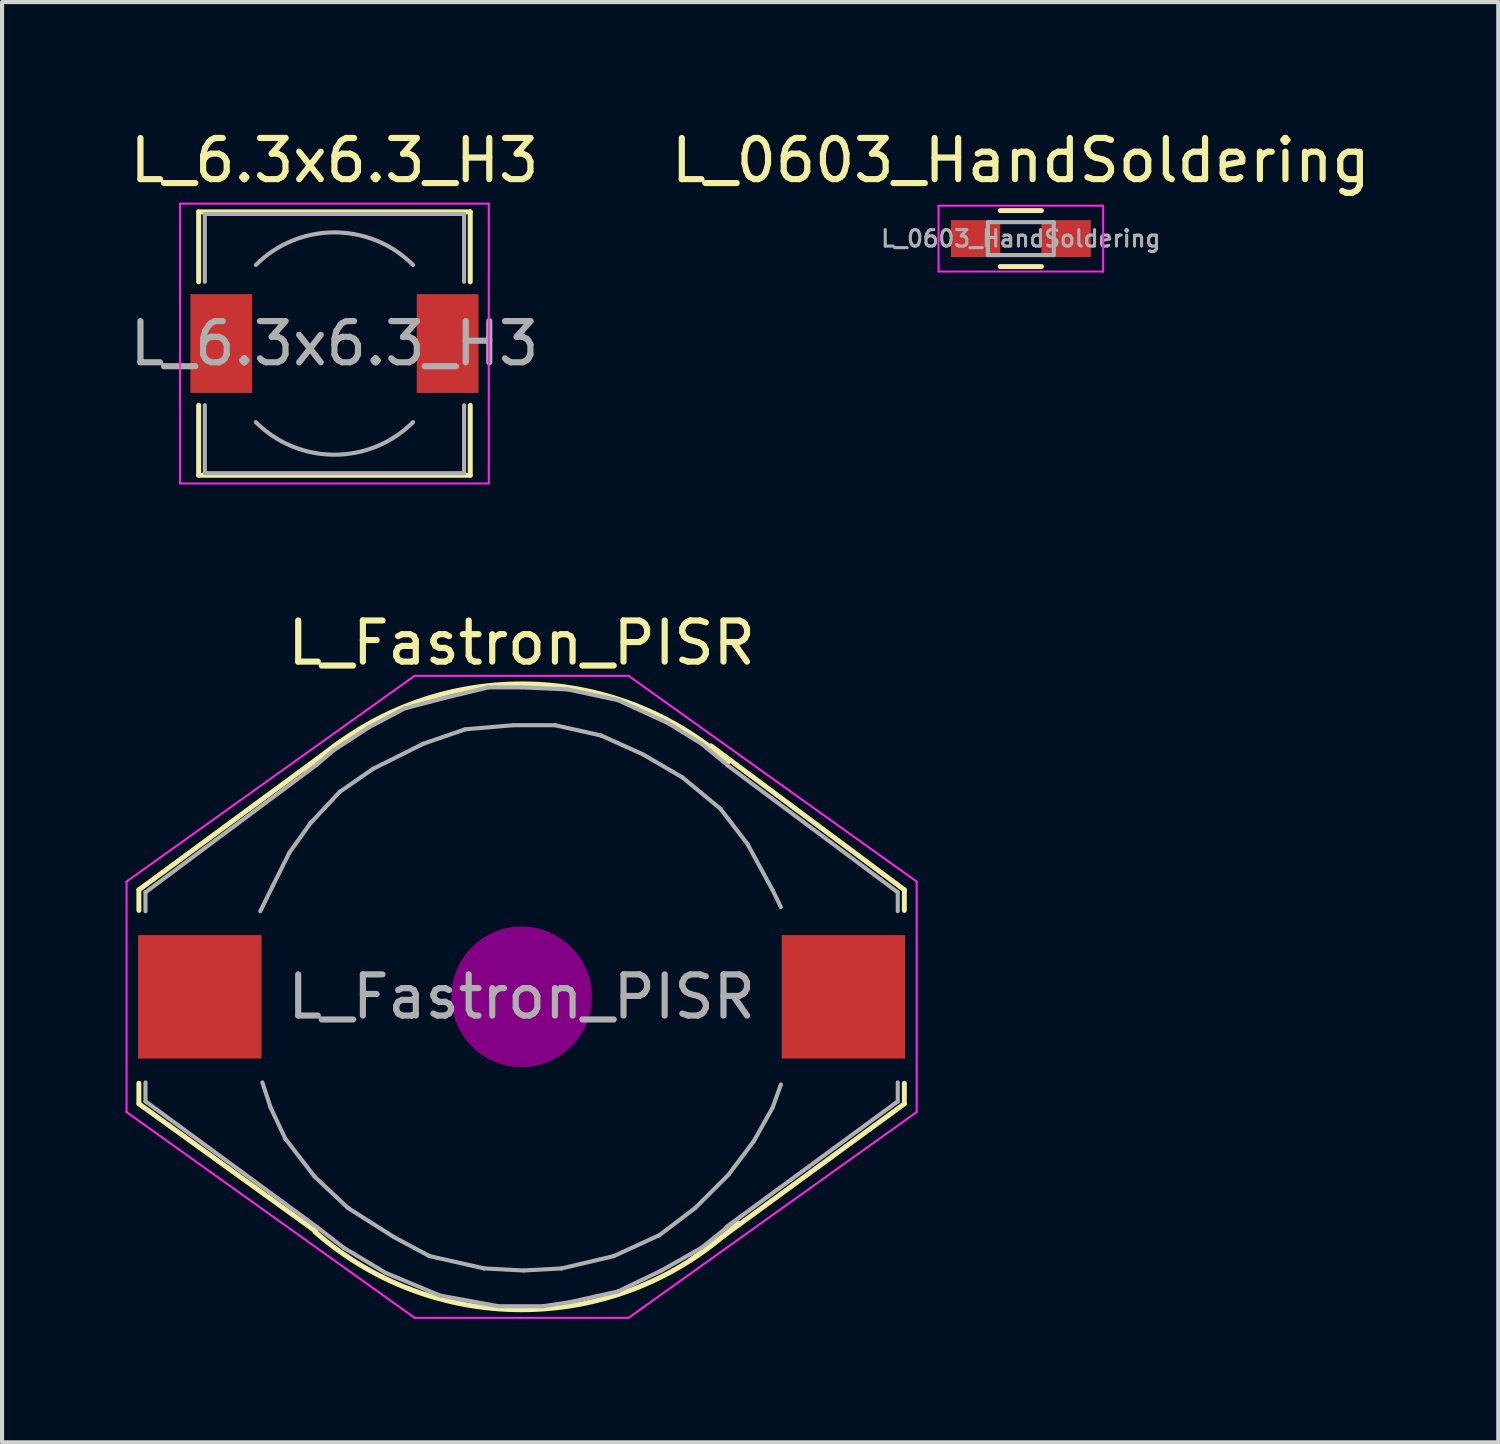
<source format=kicad_pcb>
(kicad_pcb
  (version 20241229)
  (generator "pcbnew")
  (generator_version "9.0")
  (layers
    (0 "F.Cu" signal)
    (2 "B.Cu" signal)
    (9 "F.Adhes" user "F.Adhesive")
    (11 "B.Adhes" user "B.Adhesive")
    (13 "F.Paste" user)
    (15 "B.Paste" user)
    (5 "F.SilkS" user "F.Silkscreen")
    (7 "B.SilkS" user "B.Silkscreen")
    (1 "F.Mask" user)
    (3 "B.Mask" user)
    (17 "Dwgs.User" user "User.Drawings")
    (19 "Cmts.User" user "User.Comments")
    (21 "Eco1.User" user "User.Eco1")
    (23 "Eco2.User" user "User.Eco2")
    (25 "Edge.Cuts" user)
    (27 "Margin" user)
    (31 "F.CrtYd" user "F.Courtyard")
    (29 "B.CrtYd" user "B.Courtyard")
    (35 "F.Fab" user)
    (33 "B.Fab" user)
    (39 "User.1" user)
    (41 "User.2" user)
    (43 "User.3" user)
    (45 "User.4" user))
  (footprint "L_Fastron_PISR"
    (layer "F.Cu")
    (at 9.625 21.172)
    (property "Reference" "L_Fastron_PISR" (at 0 -8.6 0) (layer "F.SilkS") (effects (font (size 1 1) (thickness 0.15))))
    (attr smd)
    (fp_line (start -9.3 -2.6) (end -9.3 -2.1) (stroke (width 0.12) (type solid)) (layer "F.SilkS"))
    (fp_line (start -9.3 -2.6) (end -4.4 -6.2) (stroke (width 0.12) (type solid)) (layer "F.SilkS"))
    (fp_line (start -9.3 2.6) (end -9.3 2.1) (stroke (width 0.12) (type solid)) (layer "F.SilkS"))
    (fp_line (start -5 5.7) (end -9.3 2.6) (stroke (width 0.12) (type solid)) (layer "F.SilkS"))
    (fp_line (start 4.1 6.4) (end 9.3 2.6) (stroke (width 0.12) (type solid)) (layer "F.SilkS"))
    (fp_line (start 4.6 -6.1) (end 9.3 -2.6) (stroke (width 0.12) (type solid)) (layer "F.SilkS"))
    (fp_line (start 9.3 -2.6) (end 9.3 -2.1) (stroke (width 0.12) (type solid)) (layer "F.SilkS"))
    (fp_line (start 9.3 2.6) (end 9.3 2.1) (stroke (width 0.12) (type solid)) (layer "F.SilkS"))
    (fp_arc (start -5.25 -5.5) (mid -0.15496 -7.601874) (end 5.021503 -5.709379) (stroke (width 0.12) (type solid)) (layer "F.SilkS"))
    (fp_arc (start 5.25 5.5) (mid 0.15496 7.601874) (end -5.021503 5.709379) (stroke (width 0.12) (type solid)) (layer "F.SilkS"))
    (fp_line (start 0 -0.25) (end 0 0.25) (stroke (width 0.38) (type solid)) (layer "F.Adhes"))
    (fp_circle (center 0 0) (end 0 0.25) (stroke (width 0.38) (type solid)) (fill no) (layer "F.Adhes"))
    (fp_circle (center 0 0) (end 0 0.51) (stroke (width 0.38) (type solid)) (fill no) (layer "F.Adhes"))
    (fp_circle (center 0 0) (end 0 0.76) (stroke (width 0.38) (type solid)) (fill no) (layer "F.Adhes"))
    (fp_circle (center 0 0) (end 0 1.02) (stroke (width 0.38) (type solid)) (fill no) (layer "F.Adhes"))
    (fp_circle (center 0 0) (end 0 1.27) (stroke (width 0.38) (type solid)) (fill no) (layer "F.Adhes"))
    (fp_circle (center 0 0) (end 0 1.52) (stroke (width 0.38) (type solid)) (fill no) (layer "F.Adhes"))
    (fp_line (start -9.6 -2.8) (end -2.6 -7.8) (stroke (width 0.05) (type solid)) (layer "F.CrtYd"))
    (fp_line (start -9.6 2.8) (end -9.6 -2.8) (stroke (width 0.05) (type solid)) (layer "F.CrtYd"))
    (fp_line (start -2.6 -7.8) (end 2.6 -7.8) (stroke (width 0.05) (type solid)) (layer "F.CrtYd"))
    (fp_line (start -2.6 7.8) (end -9.6 2.8) (stroke (width 0.05) (type solid)) (layer "F.CrtYd"))
    (fp_line (start 2.6 -7.8) (end 9.6 -2.8) (stroke (width 0.05) (type solid)) (layer "F.CrtYd"))
    (fp_line (start 2.6 7.8) (end -2.6 7.8) (stroke (width 0.05) (type solid)) (layer "F.CrtYd"))
    (fp_line (start 9.6 -2.8) (end 9.6 2.8) (stroke (width 0.05) (type solid)) (layer "F.CrtYd"))
    (fp_line (start 9.6 2.8) (end 2.6 7.8) (stroke (width 0.05) (type solid)) (layer "F.CrtYd"))
    (fp_line (start -9.14 -2.54) (end -4.98 -5.64) (stroke (width 0.1) (type solid)) (layer "F.Fab"))
    (fp_line (start -9.14 -2.08) (end -9.14 -2.54) (stroke (width 0.1) (type solid)) (layer "F.Fab"))
    (fp_line (start -9.14 2.08) (end -9.14 2.54) (stroke (width 0.1) (type solid)) (layer "F.Fab"))
    (fp_line (start -9.14 2.54) (end -4.98 5.59) (stroke (width 0.1) (type solid)) (layer "F.Fab"))
    (fp_line (start -6.35 -2.08) (end -6.05 -2.69) (stroke (width 0.1) (type solid)) (layer "F.Fab"))
    (fp_line (start -6.3 2.08) (end -6.1 2.69) (stroke (width 0.1) (type solid)) (layer "F.Fab"))
    (fp_line (start -6.1 2.69) (end -5.74 3.45) (stroke (width 0.1) (type solid)) (layer "F.Fab"))
    (fp_line (start -6.05 -2.69) (end -5.64 -3.51) (stroke (width 0.1) (type solid)) (layer "F.Fab"))
    (fp_line (start -5.74 3.45) (end -5.03 4.37) (stroke (width 0.1) (type solid)) (layer "F.Fab"))
    (fp_line (start -5.64 -3.51) (end -5.13 -4.22) (stroke (width 0.1) (type solid)) (layer "F.Fab"))
    (fp_line (start -5.13 -4.22) (end -4.42 -4.98) (stroke (width 0.1) (type solid)) (layer "F.Fab"))
    (fp_line (start -5.03 4.37) (end -4.22 5.13) (stroke (width 0.1) (type solid)) (layer "F.Fab"))
    (fp_line (start -4.98 -5.64) (end -4.57 -5.99) (stroke (width 0.1) (type solid)) (layer "F.Fab"))
    (fp_line (start -4.98 5.59) (end -4.32 6.1) (stroke (width 0.1) (type solid)) (layer "F.Fab"))
    (fp_line (start -4.57 -5.99) (end -3.71 -6.55) (stroke (width 0.1) (type solid)) (layer "F.Fab"))
    (fp_line (start -4.42 -4.98) (end -3.61 -5.54) (stroke (width 0.1) (type solid)) (layer "F.Fab"))
    (fp_line (start -4.32 6.1) (end -3.3 6.71) (stroke (width 0.1) (type solid)) (layer "F.Fab"))
    (fp_line (start -4.22 5.13) (end -3.1 5.84) (stroke (width 0.1) (type solid)) (layer "F.Fab"))
    (fp_line (start -3.71 -6.55) (end -2.84 -7.01) (stroke (width 0.1) (type solid)) (layer "F.Fab"))
    (fp_line (start -3.61 -5.54) (end -2.39 -6.15) (stroke (width 0.1) (type solid)) (layer "F.Fab"))
    (fp_line (start -3.3 6.71) (end -1.98 7.26) (stroke (width 0.1) (type solid)) (layer "F.Fab"))
    (fp_line (start -3.1 5.84) (end -2.24 6.3) (stroke (width 0.1) (type solid)) (layer "F.Fab"))
    (fp_line (start -2.84 -7.01) (end -1.88 -7.26) (stroke (width 0.1) (type solid)) (layer "F.Fab"))
    (fp_line (start -2.39 -6.15) (end -1.37 -6.5) (stroke (width 0.1) (type solid)) (layer "F.Fab"))
    (fp_line (start -2.24 6.3) (end -0.91 6.6) (stroke (width 0.1) (type solid)) (layer "F.Fab"))
    (fp_line (start -1.98 7.26) (end -0.56 7.52) (stroke (width 0.1) (type solid)) (layer "F.Fab"))
    (fp_line (start -1.88 -7.26) (end -0.81 -7.52) (stroke (width 0.1) (type solid)) (layer "F.Fab"))
    (fp_line (start -1.37 -6.5) (end -0.2 -6.6) (stroke (width 0.1) (type solid)) (layer "F.Fab"))
    (fp_line (start -0.91 6.6) (end 0.05 6.65) (stroke (width 0.1) (type solid)) (layer "F.Fab"))
    (fp_line (start -0.81 -7.52) (end 0 -7.52) (stroke (width 0.1) (type solid)) (layer "F.Fab"))
    (fp_line (start -0.56 7.52) (end 0.51 7.52) (stroke (width 0.1) (type solid)) (layer "F.Fab"))
    (fp_line (start -0.2 -6.6) (end 0.81 -6.6) (stroke (width 0.1) (type solid)) (layer "F.Fab"))
    (fp_line (start 0 -7.52) (end 1.12 -7.47) (stroke (width 0.1) (type solid)) (layer "F.Fab"))
    (fp_line (start 0.05 6.65) (end 0.97 6.6) (stroke (width 0.1) (type solid)) (layer "F.Fab"))
    (fp_line (start 0.51 7.52) (end 1.17 7.42) (stroke (width 0.1) (type solid)) (layer "F.Fab"))
    (fp_line (start 0.81 -6.6) (end 1.93 -6.35) (stroke (width 0.1) (type solid)) (layer "F.Fab"))
    (fp_line (start 0.97 6.6) (end 2.24 6.3) (stroke (width 0.1) (type solid)) (layer "F.Fab"))
    (fp_line (start 1.12 -7.47) (end 2.34 -7.21) (stroke (width 0.1) (type solid)) (layer "F.Fab"))
    (fp_line (start 1.17 7.42) (end 2.34 7.16) (stroke (width 0.1) (type solid)) (layer "F.Fab"))
    (fp_line (start 1.93 -6.35) (end 2.95 -5.89) (stroke (width 0.1) (type solid)) (layer "F.Fab"))
    (fp_line (start 2.24 6.3) (end 3.35 5.79) (stroke (width 0.1) (type solid)) (layer "F.Fab"))
    (fp_line (start 2.34 -7.21) (end 3.56 -6.65) (stroke (width 0.1) (type solid)) (layer "F.Fab"))
    (fp_line (start 2.34 7.16) (end 3.4 6.65) (stroke (width 0.1) (type solid)) (layer "F.Fab"))
    (fp_line (start 2.95 -5.89) (end 3.91 -5.33) (stroke (width 0.1) (type solid)) (layer "F.Fab"))
    (fp_line (start 3.35 5.79) (end 4.22 5.13) (stroke (width 0.1) (type solid)) (layer "F.Fab"))
    (fp_line (start 3.4 6.65) (end 4.37 6.1) (stroke (width 0.1) (type solid)) (layer "F.Fab"))
    (fp_line (start 3.56 -6.65) (end 4.37 -6.15) (stroke (width 0.1) (type solid)) (layer "F.Fab"))
    (fp_line (start 3.91 -5.33) (end 4.83 -4.57) (stroke (width 0.1) (type solid)) (layer "F.Fab"))
    (fp_line (start 4.22 5.13) (end 5.03 4.32) (stroke (width 0.1) (type solid)) (layer "F.Fab"))
    (fp_line (start 4.37 -6.15) (end 4.93 -5.69) (stroke (width 0.1) (type solid)) (layer "F.Fab"))
    (fp_line (start 4.37 6.1) (end 5.13 5.49) (stroke (width 0.1) (type solid)) (layer "F.Fab"))
    (fp_line (start 4.83 -4.57) (end 5.49 -3.71) (stroke (width 0.1) (type solid)) (layer "F.Fab"))
    (fp_line (start 5.03 4.32) (end 5.64 3.51) (stroke (width 0.1) (type solid)) (layer "F.Fab"))
    (fp_line (start 5.49 -3.71) (end 6.1 -2.59) (stroke (width 0.1) (type solid)) (layer "F.Fab"))
    (fp_line (start 5.64 3.51) (end 6.1 2.69) (stroke (width 0.1) (type solid)) (layer "F.Fab"))
    (fp_line (start 6.1 -2.59) (end 6.3 -2.18) (stroke (width 0.1) (type solid)) (layer "F.Fab"))
    (fp_line (start 6.1 2.69) (end 6.3 2.13) (stroke (width 0.1) (type solid)) (layer "F.Fab"))
    (fp_line (start 9.14 -2.54) (end 4.98 -5.64) (stroke (width 0.1) (type solid)) (layer "F.Fab"))
    (fp_line (start 9.14 -2.08) (end 9.14 -2.54) (stroke (width 0.1) (type solid)) (layer "F.Fab"))
    (fp_line (start 9.14 2.08) (end 9.14 2.54) (stroke (width 0.1) (type solid)) (layer "F.Fab"))
    (fp_line (start 9.14 2.54) (end 4.98 5.59) (stroke (width 0.1) (type solid)) (layer "F.Fab"))
    (fp_text user "${REFERENCE}" (at 0 0 0) (layer "F.Fab") (effects (font (size 1 1) (thickness 0.15))))
    (pad "1" smd rect (at 7.82 0) (size 3 3) (layers "F.Cu" "F.Mask" "F.Paste"))
    (pad "2" smd rect (at -7.82 0) (size 3 3) (layers "F.Cu" "F.Mask" "F.Paste")))
  (footprint "L_6.3x6.3_H3"
    (layer "F.Cu")
    (at 5.077 5.298)
    (property "Reference" "L_6.3x6.3_H3" (at 0 -4.45 0) (layer "F.SilkS") (effects (font (size 1 1) (thickness 0.15))))
    (attr smd)
    (fp_line (start -3.3 -3.2) (end 3.3 -3.2) (stroke (width 0.12) (type solid)) (layer "F.SilkS"))
    (fp_line (start -3.3 -1.5) (end -3.3 -3.2) (stroke (width 0.12) (type solid)) (layer "F.SilkS"))
    (fp_line (start -3.3 3.2) (end -3.3 1.5) (stroke (width 0.12) (type solid)) (layer "F.SilkS"))
    (fp_line (start 3.3 -3.2) (end 3.3 -1.5) (stroke (width 0.12) (type solid)) (layer "F.SilkS"))
    (fp_line (start 3.3 1.5) (end 3.3 3.2) (stroke (width 0.12) (type solid)) (layer "F.SilkS"))
    (fp_line (start 3.3 3.2) (end -3.3 3.2) (stroke (width 0.12) (type solid)) (layer "F.SilkS"))
    (fp_line (start -3.75 -3.4) (end -3.75 3.4) (stroke (width 0.05) (type solid)) (layer "F.CrtYd"))
    (fp_line (start -3.75 3.4) (end 3.75 3.4) (stroke (width 0.05) (type solid)) (layer "F.CrtYd"))
    (fp_line (start 3.75 -3.4) (end -3.75 -3.4) (stroke (width 0.05) (type solid)) (layer "F.CrtYd"))
    (fp_line (start 3.75 3.4) (end 3.75 -3.4) (stroke (width 0.05) (type solid)) (layer "F.CrtYd"))
    (fp_line (start -3.15 -3.15) (end -3.15 -1.5) (stroke (width 0.1) (type solid)) (layer "F.Fab"))
    (fp_line (start -3.15 -3.15) (end 3.15 -3.15) (stroke (width 0.1) (type solid)) (layer "F.Fab"))
    (fp_line (start -3.15 3.15) (end -3.15 1.5) (stroke (width 0.1) (type solid)) (layer "F.Fab"))
    (fp_line (start -3.15 3.15) (end 3.15 3.15) (stroke (width 0.1) (type solid)) (layer "F.Fab"))
    (fp_line (start 3.15 -3.15) (end 3.15 -1.5) (stroke (width 0.1) (type solid)) (layer "F.Fab"))
    (fp_line (start 3.15 3.15) (end 3.15 1.5) (stroke (width 0.1) (type solid)) (layer "F.Fab"))
    (fp_arc (start -1.91 -1.91) (mid 0 -2.701148) (end 1.91 -1.91) (stroke (width 0.1) (type solid)) (layer "F.Fab"))
    (fp_arc (start 1.91 1.91) (mid 0 2.701148) (end -1.91 1.91) (stroke (width 0.1) (type solid)) (layer "F.Fab"))
    (fp_text user "${REFERENCE}" (at 0 0 0) (layer "F.Fab") (effects (font (size 1 1) (thickness 0.15))))
    (pad "1" smd rect (at -2.75 0) (size 1.5 2.4) (layers "F.Cu" "F.Mask" "F.Paste"))
    (pad "2" smd rect (at 2.75 0) (size 1.5 2.4) (layers "F.Cu" "F.Mask" "F.Paste")))
  (footprint "L_0603_HandSoldering"
    (layer "F.Cu")
    (at 21.756 2.748)
    (property "Reference" "L_0603_HandSoldering" (at 0 -1.9 0) (layer "F.SilkS") (effects (font (size 1 1) (thickness 0.15))))
    (attr smd)
    (fp_line (start -0.5 -0.68) (end 0.5 -0.68) (stroke (width 0.12) (type solid)) (layer "F.SilkS"))
    (fp_line (start 0.5 0.68) (end -0.5 0.68) (stroke (width 0.12) (type solid)) (layer "F.SilkS"))
    (fp_line (start -2 -0.8) (end -2 0.8) (stroke (width 0.05) (type solid)) (layer "F.CrtYd"))
    (fp_line (start -2 -0.8) (end 2 -0.8) (stroke (width 0.05) (type solid)) (layer "F.CrtYd"))
    (fp_line (start -2 0.8) (end 2 0.8) (stroke (width 0.05) (type solid)) (layer "F.CrtYd"))
    (fp_line (start 2 -0.8) (end 2 0.8) (stroke (width 0.05) (type solid)) (layer "F.CrtYd"))
    (fp_line (start -0.8 -0.4) (end 0.8 -0.4) (stroke (width 0.1) (type solid)) (layer "F.Fab"))
    (fp_line (start -0.8 0.4) (end -0.8 -0.4) (stroke (width 0.1) (type solid)) (layer "F.Fab"))
    (fp_line (start 0.8 -0.4) (end 0.8 0.4) (stroke (width 0.1) (type solid)) (layer "F.Fab"))
    (fp_line (start 0.8 0.4) (end -0.8 0.4) (stroke (width 0.1) (type solid)) (layer "F.Fab"))
    (fp_text user "${REFERENCE}" (at 0 0 0) (layer "F.Fab") (effects (font (size 0.4 0.4) (thickness 0.075))))
    (pad "1" smd rect (at -1.1 0) (size 1.2 0.9) (layers "F.Cu" "F.Mask" "F.Paste"))
    (pad "2" smd rect (at 1.1 0) (size 1.2 0.9) (layers "F.Cu" "F.Mask" "F.Paste")))
  (gr_rect
    (start -3 -3)
    (end 33.357 31.997)
    (stroke (width 0.1) (type default))
    (fill no)
    (layer "Edge.Cuts")))
</source>
